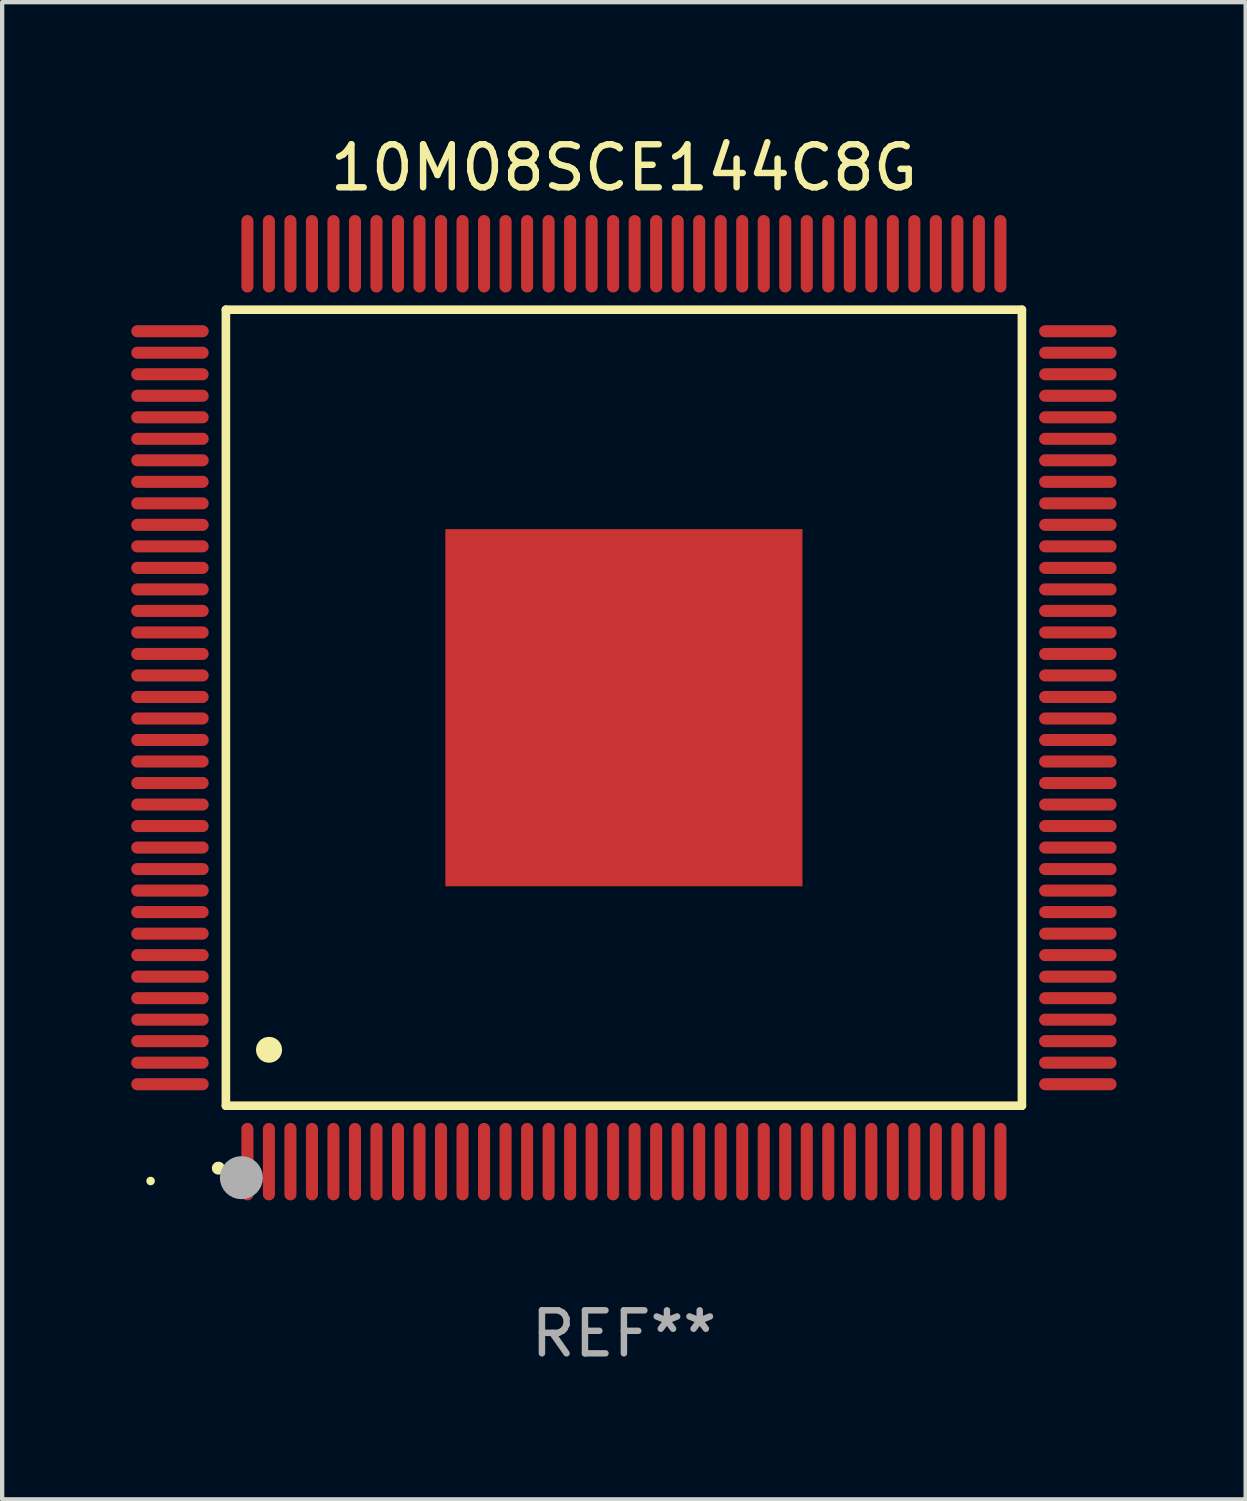
<source format=kicad_pcb>
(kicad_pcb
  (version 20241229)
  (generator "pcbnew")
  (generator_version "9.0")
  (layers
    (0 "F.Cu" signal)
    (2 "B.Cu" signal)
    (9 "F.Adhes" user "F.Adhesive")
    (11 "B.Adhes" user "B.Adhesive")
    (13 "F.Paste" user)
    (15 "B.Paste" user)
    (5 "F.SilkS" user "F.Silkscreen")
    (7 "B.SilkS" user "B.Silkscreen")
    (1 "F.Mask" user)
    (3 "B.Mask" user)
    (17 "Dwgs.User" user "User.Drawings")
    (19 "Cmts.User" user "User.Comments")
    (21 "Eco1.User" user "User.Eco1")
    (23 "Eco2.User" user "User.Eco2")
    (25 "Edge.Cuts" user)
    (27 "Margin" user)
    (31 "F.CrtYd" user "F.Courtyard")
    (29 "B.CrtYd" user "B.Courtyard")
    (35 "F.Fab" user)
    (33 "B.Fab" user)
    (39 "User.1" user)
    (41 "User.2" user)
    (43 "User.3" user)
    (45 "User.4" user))
  (footprint "10M08SCE144C8G"
    (layer "F.Cu")
    (at 11.45 13.398)
    (property "Reference" "10M08SCE144C8G" (at 0 -12.55 0) (layer "F.SilkS") (effects (font (size 1 1) (thickness 0.15))))
    (attr through_hole)
    (fp_line (start -9.25 -9.25) (end 9.25 -9.25) (stroke (width 0.2) (type solid)) (layer "F.SilkS"))
    (fp_line (start -9.25 9.25) (end -9.25 -9.25) (stroke (width 0.2) (type solid)) (layer "F.SilkS"))
    (fp_line (start 9.25 -9.25) (end 9.25 9.25) (stroke (width 0.2) (type solid)) (layer "F.SilkS"))
    (fp_line (start 9.25 9.25) (end -9.25 9.25) (stroke (width 0.2) (type solid)) (layer "F.SilkS"))
    (fp_arc (start -9.425959 10.701041) (mid -9.424689 10.701036) (end -9.423419 10.701041) (stroke (width 0.3) (type solid)) (layer "F.SilkS"))
    (fp_arc (start -8.249936 7.950216) (mid -8.247396 7.950205) (end -8.244856 7.950216) (stroke (width 0.6) (type solid)) (layer "F.SilkS"))
    (fp_circle (center -11 11) (end -10.95 11) (stroke (width 0.1) (type solid)) (fill no) (layer "F.SilkS"))
    (fp_circle (center -8.89 10.922) (end -8.64 10.922) (stroke (width 0.5) (type solid)) (fill no) (layer "F.Fab"))
    (fp_text user "REF**" (at 0 14.55 0) (layer "F.Fab") (effects (font (size 1 1) (thickness 0.15))))
    (pad "1" smd oval (at -8.75 10.55) (size 0.28 1.8) (layers "F.Cu" "F.Mask" "F.Paste"))
    (pad "2" smd oval (at -8.25 10.55) (size 0.28 1.8) (layers "F.Cu" "F.Mask" "F.Paste"))
    (pad "3" smd oval (at -7.75 10.55) (size 0.28 1.8) (layers "F.Cu" "F.Mask" "F.Paste"))
    (pad "4" smd oval (at -7.25 10.55) (size 0.28 1.8) (layers "F.Cu" "F.Mask" "F.Paste"))
    (pad "5" smd oval (at -6.75 10.55) (size 0.28 1.8) (layers "F.Cu" "F.Mask" "F.Paste"))
    (pad "6" smd oval (at -6.25 10.55) (size 0.28 1.8) (layers "F.Cu" "F.Mask" "F.Paste"))
    (pad "7" smd oval (at -5.75 10.55) (size 0.28 1.8) (layers "F.Cu" "F.Mask" "F.Paste"))
    (pad "8" smd oval (at -5.25 10.55) (size 0.28 1.8) (layers "F.Cu" "F.Mask" "F.Paste"))
    (pad "9" smd oval (at -4.75 10.55) (size 0.28 1.8) (layers "F.Cu" "F.Mask" "F.Paste"))
    (pad "10" smd oval (at -4.25 10.55) (size 0.28 1.8) (layers "F.Cu" "F.Mask" "F.Paste"))
    (pad "11" smd oval (at -3.75 10.55) (size 0.28 1.8) (layers "F.Cu" "F.Mask" "F.Paste"))
    (pad "12" smd oval (at -3.25 10.55) (size 0.28 1.8) (layers "F.Cu" "F.Mask" "F.Paste"))
    (pad "13" smd oval (at -2.75 10.55) (size 0.28 1.8) (layers "F.Cu" "F.Mask" "F.Paste"))
    (pad "14" smd oval (at -2.25 10.55) (size 0.28 1.8) (layers "F.Cu" "F.Mask" "F.Paste"))
    (pad "15" smd oval (at -1.75 10.55) (size 0.28 1.8) (layers "F.Cu" "F.Mask" "F.Paste"))
    (pad "16" smd oval (at -1.25 10.55) (size 0.28 1.8) (layers "F.Cu" "F.Mask" "F.Paste"))
    (pad "17" smd oval (at -0.75 10.55) (size 0.28 1.8) (layers "F.Cu" "F.Mask" "F.Paste"))
    (pad "18" smd oval (at -0.25 10.55) (size 0.28 1.8) (layers "F.Cu" "F.Mask" "F.Paste"))
    (pad "19" smd oval (at 0.25 10.55) (size 0.28 1.8) (layers "F.Cu" "F.Mask" "F.Paste"))
    (pad "20" smd oval (at 0.75 10.55) (size 0.28 1.8) (layers "F.Cu" "F.Mask" "F.Paste"))
    (pad "21" smd oval (at 1.25 10.55) (size 0.28 1.8) (layers "F.Cu" "F.Mask" "F.Paste"))
    (pad "22" smd oval (at 1.75 10.55) (size 0.28 1.8) (layers "F.Cu" "F.Mask" "F.Paste"))
    (pad "23" smd oval (at 2.25 10.55) (size 0.28 1.8) (layers "F.Cu" "F.Mask" "F.Paste"))
    (pad "24" smd oval (at 2.75 10.55) (size 0.28 1.8) (layers "F.Cu" "F.Mask" "F.Paste"))
    (pad "25" smd oval (at 3.25 10.55) (size 0.28 1.8) (layers "F.Cu" "F.Mask" "F.Paste"))
    (pad "26" smd oval (at 3.75 10.55) (size 0.28 1.8) (layers "F.Cu" "F.Mask" "F.Paste"))
    (pad "27" smd oval (at 4.25 10.55) (size 0.28 1.8) (layers "F.Cu" "F.Mask" "F.Paste"))
    (pad "28" smd oval (at 4.75 10.55) (size 0.28 1.8) (layers "F.Cu" "F.Mask" "F.Paste"))
    (pad "29" smd oval (at 5.25 10.55) (size 0.28 1.8) (layers "F.Cu" "F.Mask" "F.Paste"))
    (pad "30" smd oval (at 5.75 10.55) (size 0.28 1.8) (layers "F.Cu" "F.Mask" "F.Paste"))
    (pad "31" smd oval (at 6.25 10.55) (size 0.28 1.8) (layers "F.Cu" "F.Mask" "F.Paste"))
    (pad "32" smd oval (at 6.75 10.55) (size 0.28 1.8) (layers "F.Cu" "F.Mask" "F.Paste"))
    (pad "33" smd oval (at 7.25 10.55) (size 0.28 1.8) (layers "F.Cu" "F.Mask" "F.Paste"))
    (pad "34" smd oval (at 7.75 10.55) (size 0.28 1.8) (layers "F.Cu" "F.Mask" "F.Paste"))
    (pad "35" smd oval (at 8.25 10.55) (size 0.28 1.8) (layers "F.Cu" "F.Mask" "F.Paste"))
    (pad "36" smd oval (at 8.75 10.55) (size 0.28 1.8) (layers "F.Cu" "F.Mask" "F.Paste"))
    (pad "37" smd oval (at 10.55 8.75) (size 1.8 0.28) (layers "F.Cu" "F.Mask" "F.Paste"))
    (pad "38" smd oval (at 10.55 8.25) (size 1.8 0.28) (layers "F.Cu" "F.Mask" "F.Paste"))
    (pad "39" smd oval (at 10.55 7.75) (size 1.8 0.28) (layers "F.Cu" "F.Mask" "F.Paste"))
    (pad "40" smd oval (at 10.55 7.25) (size 1.8 0.28) (layers "F.Cu" "F.Mask" "F.Paste"))
    (pad "41" smd oval (at 10.55 6.75) (size 1.8 0.28) (layers "F.Cu" "F.Mask" "F.Paste"))
    (pad "42" smd oval (at 10.55 6.25) (size 1.8 0.28) (layers "F.Cu" "F.Mask" "F.Paste"))
    (pad "43" smd oval (at 10.55 5.75) (size 1.8 0.28) (layers "F.Cu" "F.Mask" "F.Paste"))
    (pad "44" smd oval (at 10.55 5.25) (size 1.8 0.28) (layers "F.Cu" "F.Mask" "F.Paste"))
    (pad "45" smd oval (at 10.55 4.75) (size 1.8 0.28) (layers "F.Cu" "F.Mask" "F.Paste"))
    (pad "46" smd oval (at 10.55 4.25) (size 1.8 0.28) (layers "F.Cu" "F.Mask" "F.Paste"))
    (pad "47" smd oval (at 10.55 3.75) (size 1.8 0.28) (layers "F.Cu" "F.Mask" "F.Paste"))
    (pad "48" smd oval (at 10.55 3.25) (size 1.8 0.28) (layers "F.Cu" "F.Mask" "F.Paste"))
    (pad "49" smd oval (at 10.55 2.75) (size 1.8 0.28) (layers "F.Cu" "F.Mask" "F.Paste"))
    (pad "50" smd oval (at 10.55 2.25) (size 1.8 0.28) (layers "F.Cu" "F.Mask" "F.Paste"))
    (pad "51" smd oval (at 10.55 1.75) (size 1.8 0.28) (layers "F.Cu" "F.Mask" "F.Paste"))
    (pad "52" smd oval (at 10.55 1.25) (size 1.8 0.28) (layers "F.Cu" "F.Mask" "F.Paste"))
    (pad "53" smd oval (at 10.55 0.75) (size 1.8 0.28) (layers "F.Cu" "F.Mask" "F.Paste"))
    (pad "54" smd oval (at 10.55 0.25) (size 1.8 0.28) (layers "F.Cu" "F.Mask" "F.Paste"))
    (pad "55" smd oval (at 10.55 -0.25) (size 1.8 0.28) (layers "F.Cu" "F.Mask" "F.Paste"))
    (pad "56" smd oval (at 10.55 -0.75) (size 1.8 0.28) (layers "F.Cu" "F.Mask" "F.Paste"))
    (pad "57" smd oval (at 10.55 -1.25) (size 1.8 0.28) (layers "F.Cu" "F.Mask" "F.Paste"))
    (pad "58" smd oval (at 10.55 -1.75) (size 1.8 0.28) (layers "F.Cu" "F.Mask" "F.Paste"))
    (pad "59" smd oval (at 10.55 -2.25) (size 1.8 0.28) (layers "F.Cu" "F.Mask" "F.Paste"))
    (pad "60" smd oval (at 10.55 -2.75) (size 1.8 0.28) (layers "F.Cu" "F.Mask" "F.Paste"))
    (pad "61" smd oval (at 10.55 -3.25) (size 1.8 0.28) (layers "F.Cu" "F.Mask" "F.Paste"))
    (pad "62" smd oval (at 10.55 -3.75) (size 1.8 0.28) (layers "F.Cu" "F.Mask" "F.Paste"))
    (pad "63" smd oval (at 10.55 -4.25) (size 1.8 0.28) (layers "F.Cu" "F.Mask" "F.Paste"))
    (pad "64" smd oval (at 10.55 -4.75) (size 1.8 0.28) (layers "F.Cu" "F.Mask" "F.Paste"))
    (pad "65" smd oval (at 10.55 -5.25) (size 1.8 0.28) (layers "F.Cu" "F.Mask" "F.Paste"))
    (pad "66" smd oval (at 10.55 -5.75) (size 1.8 0.28) (layers "F.Cu" "F.Mask" "F.Paste"))
    (pad "67" smd oval (at 10.55 -6.25) (size 1.8 0.28) (layers "F.Cu" "F.Mask" "F.Paste"))
    (pad "68" smd oval (at 10.55 -6.75) (size 1.8 0.28) (layers "F.Cu" "F.Mask" "F.Paste"))
    (pad "69" smd oval (at 10.55 -7.25) (size 1.8 0.28) (layers "F.Cu" "F.Mask" "F.Paste"))
    (pad "70" smd oval (at 10.55 -7.75) (size 1.8 0.28) (layers "F.Cu" "F.Mask" "F.Paste"))
    (pad "71" smd oval (at 10.55 -8.25) (size 1.8 0.28) (layers "F.Cu" "F.Mask" "F.Paste"))
    (pad "72" smd oval (at 10.55 -8.75) (size 1.8 0.28) (layers "F.Cu" "F.Mask" "F.Paste"))
    (pad "73" smd oval (at 8.75 -10.55) (size 0.28 1.8) (layers "F.Cu" "F.Mask" "F.Paste"))
    (pad "74" smd oval (at 8.25 -10.55) (size 0.28 1.8) (layers "F.Cu" "F.Mask" "F.Paste"))
    (pad "75" smd oval (at 7.75 -10.55) (size 0.28 1.8) (layers "F.Cu" "F.Mask" "F.Paste"))
    (pad "76" smd oval (at 7.25 -10.55) (size 0.28 1.8) (layers "F.Cu" "F.Mask" "F.Paste"))
    (pad "77" smd oval (at 6.75 -10.55) (size 0.28 1.8) (layers "F.Cu" "F.Mask" "F.Paste"))
    (pad "78" smd oval (at 6.25 -10.55) (size 0.28 1.8) (layers "F.Cu" "F.Mask" "F.Paste"))
    (pad "79" smd oval (at 5.75 -10.55) (size 0.28 1.8) (layers "F.Cu" "F.Mask" "F.Paste"))
    (pad "80" smd oval (at 5.25 -10.55) (size 0.28 1.8) (layers "F.Cu" "F.Mask" "F.Paste"))
    (pad "81" smd oval (at 4.75 -10.55) (size 0.28 1.8) (layers "F.Cu" "F.Mask" "F.Paste"))
    (pad "82" smd oval (at 4.25 -10.55) (size 0.28 1.8) (layers "F.Cu" "F.Mask" "F.Paste"))
    (pad "83" smd oval (at 3.75 -10.55) (size 0.28 1.8) (layers "F.Cu" "F.Mask" "F.Paste"))
    (pad "84" smd oval (at 3.25 -10.55) (size 0.28 1.8) (layers "F.Cu" "F.Mask" "F.Paste"))
    (pad "85" smd oval (at 2.75 -10.55) (size 0.28 1.8) (layers "F.Cu" "F.Mask" "F.Paste"))
    (pad "86" smd oval (at 2.25 -10.55) (size 0.28 1.8) (layers "F.Cu" "F.Mask" "F.Paste"))
    (pad "87" smd oval (at 1.75 -10.55) (size 0.28 1.8) (layers "F.Cu" "F.Mask" "F.Paste"))
    (pad "88" smd oval (at 1.25 -10.55) (size 0.28 1.8) (layers "F.Cu" "F.Mask" "F.Paste"))
    (pad "89" smd oval (at 0.75 -10.55) (size 0.28 1.8) (layers "F.Cu" "F.Mask" "F.Paste"))
    (pad "90" smd oval (at 0.25 -10.55) (size 0.28 1.8) (layers "F.Cu" "F.Mask" "F.Paste"))
    (pad "91" smd oval (at -0.25 -10.55) (size 0.28 1.8) (layers "F.Cu" "F.Mask" "F.Paste"))
    (pad "92" smd oval (at -0.75 -10.55) (size 0.28 1.8) (layers "F.Cu" "F.Mask" "F.Paste"))
    (pad "93" smd oval (at -1.25 -10.55) (size 0.28 1.8) (layers "F.Cu" "F.Mask" "F.Paste"))
    (pad "94" smd oval (at -1.75 -10.55) (size 0.28 1.8) (layers "F.Cu" "F.Mask" "F.Paste"))
    (pad "95" smd oval (at -2.25 -10.55) (size 0.28 1.8) (layers "F.Cu" "F.Mask" "F.Paste"))
    (pad "96" smd oval (at -2.75 -10.55) (size 0.28 1.8) (layers "F.Cu" "F.Mask" "F.Paste"))
    (pad "97" smd oval (at -3.25 -10.55) (size 0.28 1.8) (layers "F.Cu" "F.Mask" "F.Paste"))
    (pad "98" smd oval (at -3.75 -10.55) (size 0.28 1.8) (layers "F.Cu" "F.Mask" "F.Paste"))
    (pad "99" smd oval (at -4.25 -10.55) (size 0.28 1.8) (layers "F.Cu" "F.Mask" "F.Paste"))
    (pad "100" smd oval (at -4.75 -10.55) (size 0.28 1.8) (layers "F.Cu" "F.Mask" "F.Paste"))
    (pad "101" smd oval (at -5.25 -10.55) (size 0.28 1.8) (layers "F.Cu" "F.Mask" "F.Paste"))
    (pad "102" smd oval (at -5.75 -10.55) (size 0.28 1.8) (layers "F.Cu" "F.Mask" "F.Paste"))
    (pad "103" smd oval (at -6.25 -10.55) (size 0.28 1.8) (layers "F.Cu" "F.Mask" "F.Paste"))
    (pad "104" smd oval (at -6.75 -10.55) (size 0.28 1.8) (layers "F.Cu" "F.Mask" "F.Paste"))
    (pad "105" smd oval (at -7.25 -10.55) (size 0.28 1.8) (layers "F.Cu" "F.Mask" "F.Paste"))
    (pad "106" smd oval (at -7.75 -10.55) (size 0.28 1.8) (layers "F.Cu" "F.Mask" "F.Paste"))
    (pad "107" smd oval (at -8.25 -10.55) (size 0.28 1.8) (layers "F.Cu" "F.Mask" "F.Paste"))
    (pad "108" smd oval (at -8.75 -10.55) (size 0.28 1.8) (layers "F.Cu" "F.Mask" "F.Paste"))
    (pad "109" smd oval (at -10.55 -8.75) (size 1.8 0.28) (layers "F.Cu" "F.Mask" "F.Paste"))
    (pad "110" smd oval (at -10.55 -8.25) (size 1.8 0.28) (layers "F.Cu" "F.Mask" "F.Paste"))
    (pad "111" smd oval (at -10.55 -7.75) (size 1.8 0.28) (layers "F.Cu" "F.Mask" "F.Paste"))
    (pad "112" smd oval (at -10.55 -7.25) (size 1.8 0.28) (layers "F.Cu" "F.Mask" "F.Paste"))
    (pad "113" smd oval (at -10.55 -6.75) (size 1.8 0.28) (layers "F.Cu" "F.Mask" "F.Paste"))
    (pad "114" smd oval (at -10.55 -6.25) (size 1.8 0.28) (layers "F.Cu" "F.Mask" "F.Paste"))
    (pad "115" smd oval (at -10.55 -5.75) (size 1.8 0.28) (layers "F.Cu" "F.Mask" "F.Paste"))
    (pad "116" smd oval (at -10.55 -5.25) (size 1.8 0.28) (layers "F.Cu" "F.Mask" "F.Paste"))
    (pad "117" smd oval (at -10.55 -4.75) (size 1.8 0.28) (layers "F.Cu" "F.Mask" "F.Paste"))
    (pad "118" smd oval (at -10.55 -4.25) (size 1.8 0.28) (layers "F.Cu" "F.Mask" "F.Paste"))
    (pad "119" smd oval (at -10.55 -3.75) (size 1.8 0.28) (layers "F.Cu" "F.Mask" "F.Paste"))
    (pad "120" smd oval (at -10.55 -3.25) (size 1.8 0.28) (layers "F.Cu" "F.Mask" "F.Paste"))
    (pad "121" smd oval (at -10.55 -2.75) (size 1.8 0.28) (layers "F.Cu" "F.Mask" "F.Paste"))
    (pad "122" smd oval (at -10.55 -2.25) (size 1.8 0.28) (layers "F.Cu" "F.Mask" "F.Paste"))
    (pad "123" smd oval (at -10.55 -1.75) (size 1.8 0.28) (layers "F.Cu" "F.Mask" "F.Paste"))
    (pad "124" smd oval (at -10.55 -1.25) (size 1.8 0.28) (layers "F.Cu" "F.Mask" "F.Paste"))
    (pad "125" smd oval (at -10.55 -0.75) (size 1.8 0.28) (layers "F.Cu" "F.Mask" "F.Paste"))
    (pad "126" smd oval (at -10.55 -0.25) (size 1.8 0.28) (layers "F.Cu" "F.Mask" "F.Paste"))
    (pad "127" smd oval (at -10.55 0.25) (size 1.8 0.28) (layers "F.Cu" "F.Mask" "F.Paste"))
    (pad "128" smd oval (at -10.55 0.75) (size 1.8 0.28) (layers "F.Cu" "F.Mask" "F.Paste"))
    (pad "129" smd oval (at -10.55 1.25) (size 1.8 0.28) (layers "F.Cu" "F.Mask" "F.Paste"))
    (pad "130" smd oval (at -10.55 1.75) (size 1.8 0.28) (layers "F.Cu" "F.Mask" "F.Paste"))
    (pad "131" smd oval (at -10.55 2.25) (size 1.8 0.28) (layers "F.Cu" "F.Mask" "F.Paste"))
    (pad "132" smd oval (at -10.55 2.75) (size 1.8 0.28) (layers "F.Cu" "F.Mask" "F.Paste"))
    (pad "133" smd oval (at -10.55 3.25) (size 1.8 0.28) (layers "F.Cu" "F.Mask" "F.Paste"))
    (pad "134" smd oval (at -10.55 3.75) (size 1.8 0.28) (layers "F.Cu" "F.Mask" "F.Paste"))
    (pad "135" smd oval (at -10.55 4.25) (size 1.8 0.28) (layers "F.Cu" "F.Mask" "F.Paste"))
    (pad "136" smd oval (at -10.55 4.75) (size 1.8 0.28) (layers "F.Cu" "F.Mask" "F.Paste"))
    (pad "137" smd oval (at -10.55 5.25) (size 1.8 0.28) (layers "F.Cu" "F.Mask" "F.Paste"))
    (pad "138" smd oval (at -10.55 5.75) (size 1.8 0.28) (layers "F.Cu" "F.Mask" "F.Paste"))
    (pad "139" smd oval (at -10.55 6.25) (size 1.8 0.28) (layers "F.Cu" "F.Mask" "F.Paste"))
    (pad "140" smd oval (at -10.55 6.75) (size 1.8 0.28) (layers "F.Cu" "F.Mask" "F.Paste"))
    (pad "141" smd oval (at -10.55 7.25) (size 1.8 0.28) (layers "F.Cu" "F.Mask" "F.Paste"))
    (pad "142" smd oval (at -10.55 7.75) (size 1.8 0.28) (layers "F.Cu" "F.Mask" "F.Paste"))
    (pad "143" smd oval (at -10.55 8.25) (size 1.8 0.28) (layers "F.Cu" "F.Mask" "F.Paste"))
    (pad "144" smd oval (at -10.55 8.75) (size 1.8 0.28) (layers "F.Cu" "F.Mask" "F.Paste"))
    (pad "145" smd rect (at 0 0) (size 8.3 8.3) (layers "F.Cu" "F.Mask" "F.Paste")))
  (gr_rect
    (start -3 -3)
    (end 25.9 31.796)
    (stroke (width 0.1) (type default))
    (fill no)
    (layer "Edge.Cuts")))
</source>
